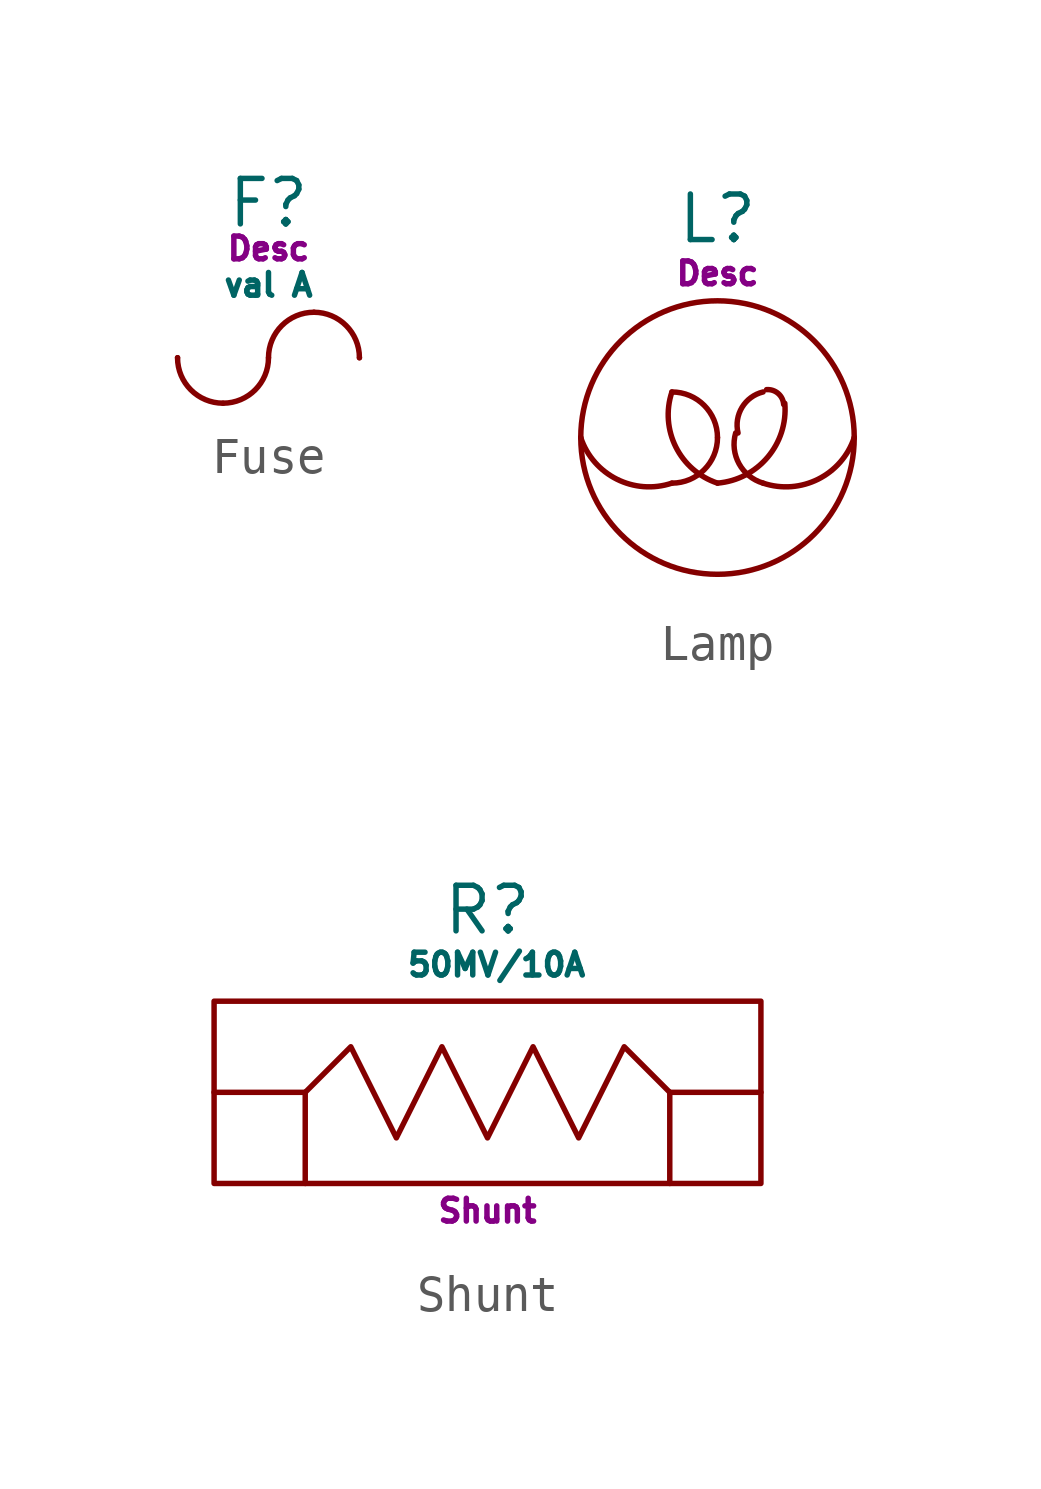
<source format=kicad_sym>
(kicad_symbol_lib
  (version 20231120)
  (generator "kicad_symbol_editor")
  (generator_version "8.0")
  (symbol "Fuse"
    (pin_numbers hide)
    (pin_names hide)
    (property "Reference" "F"
      (at 0 4.318 0)
      (do_not_autoplace)
      (effects (font (size 1.27 1.27))))
    (property "Value" "val A"
      (at 0 2.032 0)
      (do_not_autoplace)
      (effects (font (size 0.635 0.635))))
    (property "Description" "Desc"
      (at 0 3.048 0)
      (do_not_autoplace)
      (effects (font (size 0.635 0.635))))
    (symbol "Fuse_0_1"
      (arc (start -2.54 0) (mid -2.168 -0.898) (end -1.27 -1.27) (stroke (width 0) (type default)) (fill (type none)))
      (arc (start -1.27 -1.27) (mid -0.372 -0.898) (end 0 0) (stroke (width 0) (type default)) (fill (type none)))
      (arc (start 1.27 1.27) (mid 0.372 0.898) (end 0 0) (stroke (width 0) (type default)) (fill (type none)))
      (arc (start 2.54 0) (mid 2.168 0.898) (end 1.27 1.27) (stroke (width 0) (type default)) (fill (type none))))
    (symbol "Fuse_1_1"
      (pin passive line (at -2.54 0 0) (length 0) (name "Conn" (effects (font (size 1.27 1.27)))) (number "1" (effects (font (size 1.27 1.27)))))
      (pin passive line (at 2.54 0 180) (length 0) (name "" (effects (font (size 1.27 1.27)))) (number "2" (effects (font (size 1.27 1.27)))))))
  (symbol "Lamp"
    (pin_numbers hide)
    (pin_names hide)
    (property "Reference" "L"
      (at 0 6.096 0)
      (effects (font (size 1.27 1.27))))
    (property "Value" ""
      (at 0 0 90)
      (effects (font (size 1.27 1.27))))
    (property "Description" "Desc"
      (at 0 4.572 0)
      (do_not_autoplace)
      (effects (font (size 0.635 0.635))))
    (symbol "Lamp_0_1"
      (arc (start -3.81 0) (mid -2.803 -1.1611) (end -1.27 -1.27) (stroke (width 0) (type default)) (fill (type none)))
      (arc (start -1.27 -1.27) (mid -0.372 -0.898) (end 0 0) (stroke (width 0) (type default)) (fill (type none)))
      (arc (start -1.27 1.27) (mid -1.1611 -0.263) (end 0 -1.27) (stroke (width 0) (type default)) (fill (type none)))
      (arc (start 0 -1.27) (mid 1.3985 -0.5466) (end 1.8758 0.9538) (stroke (width 0) (type default)) (fill (type none)))
      (arc (start 0 0) (mid -0.372 0.898) (end -1.27 1.27) (stroke (width 0) (type default)) (fill (type none)))
      (circle (center 0 0) (radius 3.81) (stroke (width 0) (type default)) (fill (type none)))
      (arc (start 0.5086 0.1271) (mid 0.5999 -0.7292) (end 1.27 -1.27) (stroke (width 0) (type default)) (fill (type none)))
      (arc (start 1.27 -1.27) (mid 2.803 -1.1611) (end 3.81 0) (stroke (width 0) (type default)) (fill (type none)))
      (arc (start 1.27 1.27) (mid 0.6845 0.843) (end 0.5722 0.1271) (stroke (width 0) (type default)) (fill (type none)))
      (arc (start 1.844 0.922) (mid 1.6912 1.2275) (end 1.3671 1.3353) (stroke (width 0) (type default)) (fill (type none))))
    (symbol "Lamp_1_1"
      (pin passive line (at -3.81 0 0) (length 0) (name "In" (effects (font (size 1.27 1.27)))) (number "1" (effects (font (size 1.27 1.27)))))
      (pin passive line (at 3.81 0 180) (length 0) (name "Out" (effects (font (size 1.27 1.27)))) (number "2" (effects (font (size 1.27 1.27)))))))
  (symbol "Shunt"
    (pin_numbers hide)
    (pin_names hide)
    (property "Reference" "R"
      (at 0 5.08 0)
      (do_not_autoplace)
      (effects (font (size 1.27 1.27))))
    (property "Value" "50MV/10A"
      (at 0.254 3.556 0)
      (do_not_autoplace)
      (effects (font (size 0.635 0.635))))
    (property "Description" "Shunt"
      (at 0 -3.302 0)
      (do_not_autoplace)
      (effects (font (size 0.635 0.635))))
    (symbol "Shunt_0_1"
      (polyline (pts (xy -5.08 0) (xy -3.81 1.27) (xy -2.54 -1.27) (xy -1.27 1.27) (xy 0 -1.27) (xy 1.27 1.27) (xy 2.54 -1.27) (xy 3.81 1.27) (xy 5.08 0)) (stroke (width 0) (type default)) (fill (type none))))
    (symbol "Shunt_1_1"
      (rectangle (start -7.62 2.54) (end 7.62 -2.54) (stroke (width 0) (type default)) (fill (type none)))
      (pin passive line (at -5.08 -2.54 90) (length 2.54) (name "" (effects (font (size 1.27 1.27)))) (number "" (effects (font (size 1.27 1.27)))))
      (pin passive line (at 5.08 -2.54 90) (length 2.54) (name "" (effects (font (size 1.27 1.27)))) (number "" (effects (font (size 1.27 1.27)))))
      (pin passive line (at -7.62 0 0) (length 2.54) (name "Conn" (effects (font (size 1.27 1.27)))) (number "1" (effects (font (size 1.27 1.27)))))
      (pin passive line (at 7.62 0 180) (length 2.54) (name "" (effects (font (size 1.27 1.27)))) (number "2" (effects (font (size 1.27 1.27))))))))
</source>
